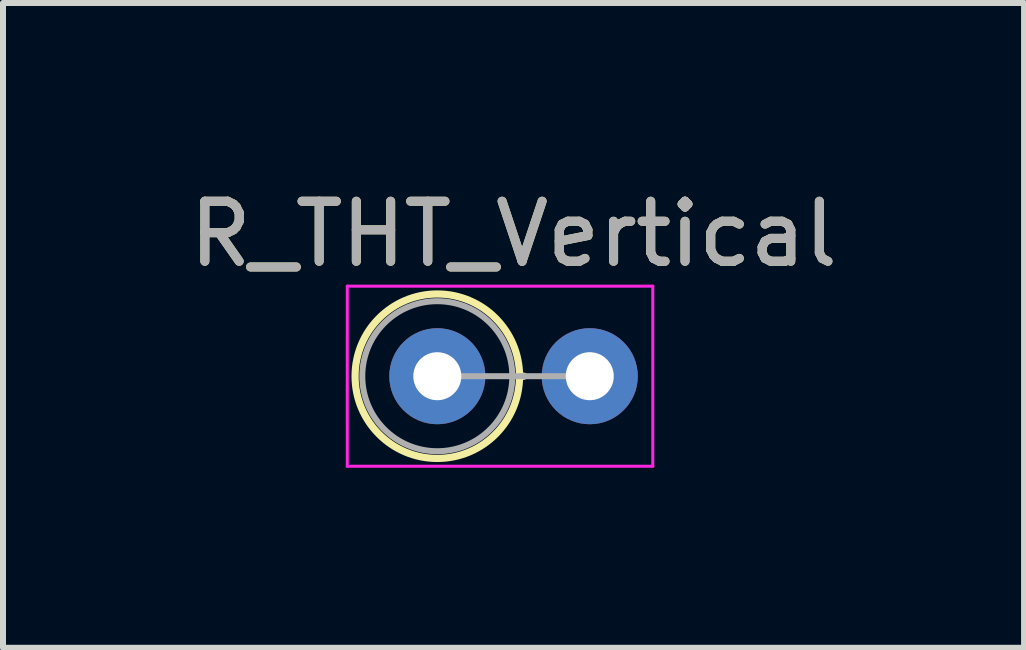
<source format=kicad_pcb>
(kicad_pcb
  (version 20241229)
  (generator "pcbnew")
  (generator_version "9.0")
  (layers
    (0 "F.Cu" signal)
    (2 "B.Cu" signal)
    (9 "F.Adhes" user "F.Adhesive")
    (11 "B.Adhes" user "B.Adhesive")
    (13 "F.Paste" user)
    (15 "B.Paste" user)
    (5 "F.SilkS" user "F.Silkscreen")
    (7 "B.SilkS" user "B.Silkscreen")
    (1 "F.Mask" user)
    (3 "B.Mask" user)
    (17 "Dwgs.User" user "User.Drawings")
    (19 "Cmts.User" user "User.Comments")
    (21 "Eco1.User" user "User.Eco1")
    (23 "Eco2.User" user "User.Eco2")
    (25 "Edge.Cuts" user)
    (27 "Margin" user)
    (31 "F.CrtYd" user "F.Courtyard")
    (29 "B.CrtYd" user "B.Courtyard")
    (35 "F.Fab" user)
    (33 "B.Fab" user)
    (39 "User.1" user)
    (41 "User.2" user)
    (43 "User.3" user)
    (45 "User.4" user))
  (footprint "R_THT_Vertical"
    (layer "F.Cu")
    (at 4.236 3.218)
    (property "Reference" "R_THT_Vertical" (at 1.27 -2.37 0) (layer "F.SilkS") (effects (font (size 1 1) (thickness 0.15))))
    (attr through_hole)
    (fp_line (start 1.37 0) (end 1.44 0) (stroke (width 0.12) (type solid)) (layer "F.SilkS"))
    (fp_circle (center 0 0) (end 1.37 0) (stroke (width 0.12) (type solid)) (fill no) (layer "F.SilkS"))
    (fp_line (start -1.5 -1.5) (end -1.5 1.5) (stroke (width 0.05) (type solid)) (layer "F.CrtYd"))
    (fp_line (start -1.5 1.5) (end 3.59 1.5) (stroke (width 0.05) (type solid)) (layer "F.CrtYd"))
    (fp_line (start 3.59 -1.5) (end -1.5 -1.5) (stroke (width 0.05) (type solid)) (layer "F.CrtYd"))
    (fp_line (start 3.59 1.5) (end 3.59 -1.5) (stroke (width 0.05) (type solid)) (layer "F.CrtYd"))
    (fp_line (start 0 0) (end 2.54 0) (stroke (width 0.1) (type solid)) (layer "F.Fab"))
    (fp_circle (center 0 0) (end 1.25 0) (stroke (width 0.1) (type solid)) (fill no) (layer "F.Fab"))
    (fp_text user "${REFERENCE}" (at 1.27 -2.37 0) (layer "F.Fab") (effects (font (size 1 1) (thickness 0.15))))
    (pad "1" thru_hole circle (at 0 0) (size 1.6 1.6) (drill 0.8) (layers "*.Cu" "*.Mask"))
    (pad "2" thru_hole oval (at 2.54 0) (size 1.6 1.6) (drill 0.8) (layers "*.Cu" "*.Mask")))
  (gr_rect
    (start -3 -3)
    (end 14.012 7.743)
    (stroke (width 0.1) (type default))
    (fill no)
    (layer "Edge.Cuts")))
</source>
